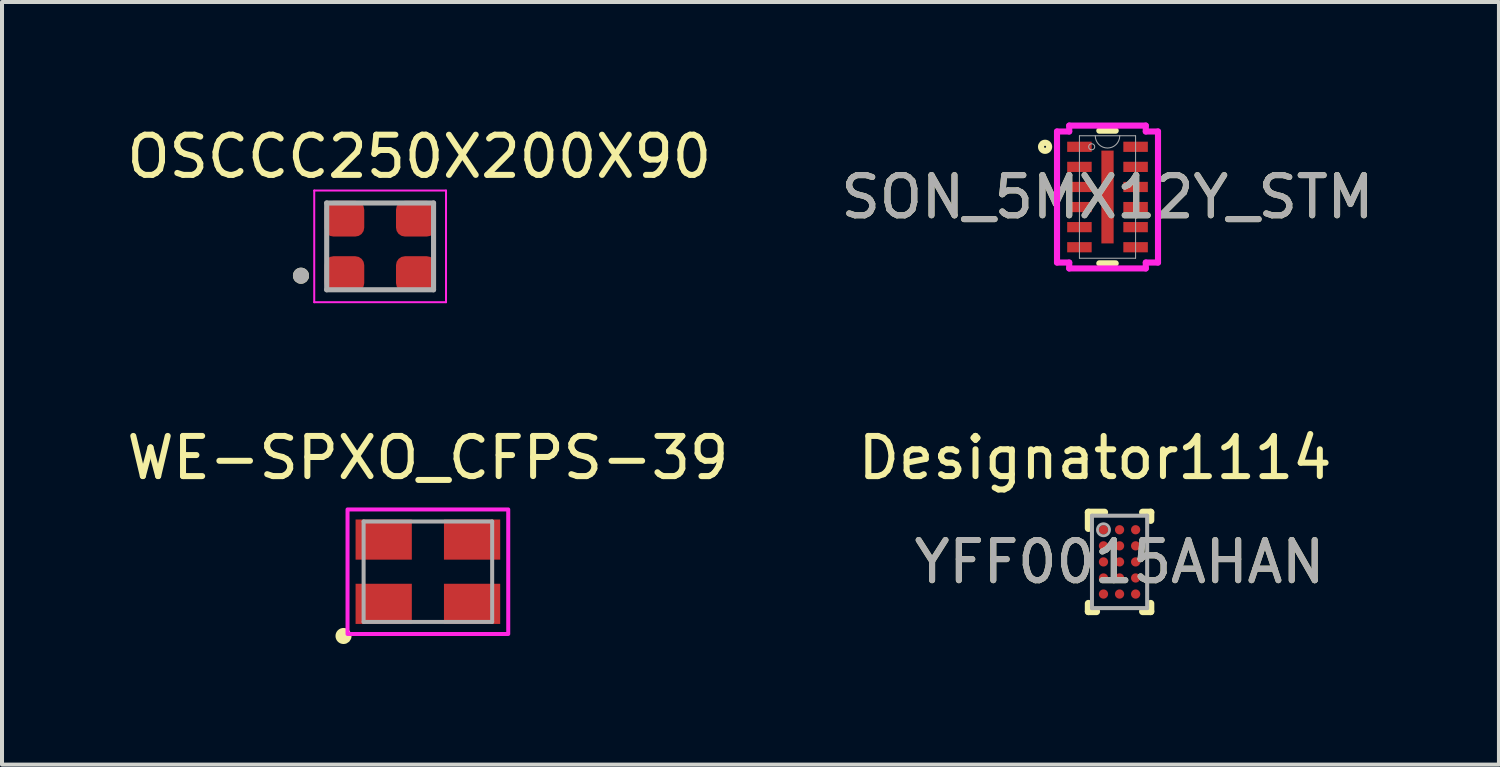
<source format=kicad_pcb>
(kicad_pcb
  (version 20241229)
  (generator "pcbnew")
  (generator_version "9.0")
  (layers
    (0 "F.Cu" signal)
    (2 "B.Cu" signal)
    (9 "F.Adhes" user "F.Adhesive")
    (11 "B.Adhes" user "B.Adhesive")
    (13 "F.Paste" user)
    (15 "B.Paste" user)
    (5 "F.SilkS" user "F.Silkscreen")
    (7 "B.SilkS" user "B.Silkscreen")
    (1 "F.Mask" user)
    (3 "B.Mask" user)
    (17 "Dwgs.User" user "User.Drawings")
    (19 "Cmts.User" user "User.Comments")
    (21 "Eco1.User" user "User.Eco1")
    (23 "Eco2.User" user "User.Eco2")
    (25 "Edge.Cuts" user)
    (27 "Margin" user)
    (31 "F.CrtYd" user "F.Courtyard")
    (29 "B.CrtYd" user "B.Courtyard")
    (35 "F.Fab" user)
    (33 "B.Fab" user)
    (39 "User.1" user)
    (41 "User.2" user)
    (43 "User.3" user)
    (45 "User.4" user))
  (footprint "SON_5MX12Y_STM"
    (layer "F.Cu")
    (at 24.518 1.854)
    (property "Reference" "SON_5MX12Y_STM" (at 0 0 0) (unlocked yes) (layer "F.SilkS") (effects (font (size 1 1) (thickness 0.15))))
    (attr smd)
    (fp_line (start -0.204 1.651) (end 0.204 1.651) (stroke (width 0.152) (type solid)) (layer "F.SilkS"))
    (fp_line (start 0.204 -1.651) (end -0.204 -1.651) (stroke (width 0.152) (type solid)) (layer "F.SilkS"))
    (fp_circle (center -1.554 -1.25) (end -1.453 -1.25) (stroke (width 0.152) (type solid)) (fill no) (layer "F.SilkS"))
    (fp_line (start -1.257 -1.631) (end -0.953 -1.631) (stroke (width 0.152) (type solid)) (layer "F.CrtYd"))
    (fp_line (start -1.257 1.631) (end -1.257 -1.631) (stroke (width 0.152) (type solid)) (layer "F.CrtYd"))
    (fp_line (start -1.257 1.631) (end -0.953 1.631) (stroke (width 0.152) (type solid)) (layer "F.CrtYd"))
    (fp_line (start -0.953 -1.778) (end 0.953 -1.778) (stroke (width 0.152) (type solid)) (layer "F.CrtYd"))
    (fp_line (start -0.953 -1.631) (end -0.953 -1.778) (stroke (width 0.152) (type solid)) (layer "F.CrtYd"))
    (fp_line (start -0.953 1.778) (end -0.953 1.631) (stroke (width 0.152) (type solid)) (layer "F.CrtYd"))
    (fp_line (start 0.953 -1.778) (end 0.953 -1.631) (stroke (width 0.152) (type solid)) (layer "F.CrtYd"))
    (fp_line (start 0.953 1.631) (end 0.953 1.778) (stroke (width 0.152) (type solid)) (layer "F.CrtYd"))
    (fp_line (start 0.953 1.778) (end -0.953 1.778) (stroke (width 0.152) (type solid)) (layer "F.CrtYd"))
    (fp_line (start 1.257 -1.631) (end 0.953 -1.631) (stroke (width 0.152) (type solid)) (layer "F.CrtYd"))
    (fp_line (start 1.257 -1.631) (end 1.257 1.631) (stroke (width 0.152) (type solid)) (layer "F.CrtYd"))
    (fp_line (start 1.257 1.631) (end 0.953 1.631) (stroke (width 0.152) (type solid)) (layer "F.CrtYd"))
    (fp_line (start -0.699 -1.524) (end -0.699 1.524) (stroke (width 0.025) (type solid)) (layer "F.Fab"))
    (fp_line (start -0.699 1.524) (end 0.699 1.524) (stroke (width 0.025) (type solid)) (layer "F.Fab"))
    (fp_line (start 0.699 -1.524) (end -0.699 -1.524) (stroke (width 0.025) (type solid)) (layer "F.Fab"))
    (fp_line (start 0.699 1.524) (end 0.699 -1.524) (stroke (width 0.025) (type solid)) (layer "F.Fab"))
    (fp_arc (start 0.3048 -1.524) (mid 0 -1.2192) (end -0.3048 -1.524) (stroke (width 0.0254) (type solid)) (layer "F.Fab"))
    (fp_circle (center -0.394 -1.25) (end -0.318 -1.25) (stroke (width 0.025) (type solid)) (fill no) (layer "F.Fab"))
    (fp_text user "${REFERENCE}" (at 0 0 0) (unlocked yes) (layer "F.Fab") (effects (font (size 1 1) (thickness 0.15))))
    (pad "1" smd rect (at -0.699 -1.25) (size 0.61 0.254) (layers "F.Cu" "F.Mask" "F.Paste"))
    (pad "2" smd rect (at -0.699 -0.75) (size 0.61 0.254) (layers "F.Cu" "F.Mask" "F.Paste"))
    (pad "3" smd rect (at -0.699 -0.25) (size 0.61 0.254) (layers "F.Cu" "F.Mask" "F.Paste"))
    (pad "4" smd rect (at -0.699 0.25) (size 0.61 0.254) (layers "F.Cu" "F.Mask" "F.Paste"))
    (pad "5" smd rect (at -0.699 0.75) (size 0.61 0.254) (layers "F.Cu" "F.Mask" "F.Paste"))
    (pad "6" smd rect (at -0.699 1.25) (size 0.61 0.254) (layers "F.Cu" "F.Mask" "F.Paste"))
    (pad "7" smd rect (at 0.699 1.25) (size 0.61 0.254) (layers "F.Cu" "F.Mask" "F.Paste"))
    (pad "8" smd rect (at 0.699 0.75) (size 0.61 0.254) (layers "F.Cu" "F.Mask" "F.Paste"))
    (pad "9" smd rect (at 0.699 0.25) (size 0.61 0.254) (layers "F.Cu" "F.Mask" "F.Paste"))
    (pad "10" smd rect (at 0.699 -0.25) (size 0.61 0.254) (layers "F.Cu" "F.Mask" "F.Paste"))
    (pad "11" smd rect (at 0.699 -0.75) (size 0.61 0.254) (layers "F.Cu" "F.Mask" "F.Paste"))
    (pad "12" smd rect (at 0.699 -1.25) (size 0.61 0.254) (layers "F.Cu" "F.Mask" "F.Paste"))
    (pad "13" smd rect (at 0 0) (size 0.305 2.311) (layers "F.Cu" "F.Mask" "F.Paste")))
  (footprint "WE-SPXO_CFPS-39"
    (layer "F.Cu")
    (at 7.601 11.181)
    (property "Reference" "WE-SPXO_CFPS-39" (at 0 -2.835 0) (layer "F.SilkS") (effects (font (size 1 1) (thickness 0.15))))
    (attr smd)
    (fp_circle (center -2.1 1.6) (end -2 1.6) (stroke (width 0.2) (type solid)) (fill no) (layer "F.SilkS"))
    (fp_poly (pts (xy -2 -1.55) (xy 2 -1.55) (xy 2 1.55) (xy -2 1.55)) (stroke (width 0.1) (type solid)) (fill no) (layer "F.CrtYd"))
    (fp_line (start -1.6 -1.25) (end 1.6 -1.25) (stroke (width 0.1) (type solid)) (layer "F.Fab"))
    (fp_line (start -1.6 1.25) (end -1.6 -1.25) (stroke (width 0.1) (type solid)) (layer "F.Fab"))
    (fp_line (start 1.6 -1.25) (end 1.6 1.25) (stroke (width 0.1) (type solid)) (layer "F.Fab"))
    (fp_line (start 1.6 1.25) (end -1.6 1.25) (stroke (width 0.1) (type solid)) (layer "F.Fab"))
    (pad "1" smd rect (at -1.1 0.8) (size 1.4 1) (layers "F.Cu" "F.Mask" "F.Paste"))
    (pad "2" smd rect (at 1.1 0.8) (size 1.4 1) (layers "F.Cu" "F.Mask" "F.Paste"))
    (pad "3" smd rect (at 1.1 -0.8) (size 1.4 1) (layers "F.Cu" "F.Mask" "F.Paste"))
    (pad "4" smd rect (at -1.1 -0.8) (size 1.4 1) (layers "F.Cu" "F.Mask" "F.Paste")))
  (footprint "YFF0015AHAN"
    (layer "F.Cu")
    (at 24.818 10.937)
    (property "Reference" "YFF0015AHAN" (at 0 0 0) (unlocked yes) (layer "F.SilkS") (effects (font (size 1 1) (thickness 0.15))))
    (attr smd)
    (fp_line (start -0.775 -1.235) (end -0.375 -1.235) (stroke (width 0.18) (type solid)) (layer "F.SilkS"))
    (fp_line (start -0.775 -0.835) (end -0.775 -1.235) (stroke (width 0.18) (type solid)) (layer "F.SilkS"))
    (fp_line (start -0.775 1.235) (end -0.775 1.035) (stroke (width 0.18) (type solid)) (layer "F.SilkS"))
    (fp_line (start -0.775 1.235) (end -0.575 1.235) (stroke (width 0.18) (type solid)) (layer "F.SilkS"))
    (fp_line (start 0.575 -1.235) (end 0.775 -1.235) (stroke (width 0.18) (type solid)) (layer "F.SilkS"))
    (fp_line (start 0.575 1.235) (end 0.775 1.235) (stroke (width 0.18) (type solid)) (layer "F.SilkS"))
    (fp_line (start 0.775 -1.035) (end 0.775 -1.235) (stroke (width 0.18) (type solid)) (layer "F.SilkS"))
    (fp_line (start 0.775 1.235) (end 0.775 1.035) (stroke (width 0.18) (type solid)) (layer "F.SilkS"))
    (fp_poly (pts (xy -0.525 -0.725) (xy -0.525 -0.875) (xy -0.475 -0.925) (xy -0.325 -0.925) (xy -0.275 -0.875) (xy -0.275 -0.725) (xy -0.325 -0.675) (xy -0.475 -0.675)) (stroke (width 0) (type solid)) (fill yes) (layer "F.Paste"))
    (fp_poly (pts (xy -0.525 -0.325) (xy -0.525 -0.475) (xy -0.475 -0.525) (xy -0.325 -0.525) (xy -0.275 -0.475) (xy -0.275 -0.325) (xy -0.325 -0.275) (xy -0.475 -0.275)) (stroke (width 0) (type solid)) (fill yes) (layer "F.Paste"))
    (fp_poly (pts (xy -0.525 0.075) (xy -0.525 -0.075) (xy -0.475 -0.125) (xy -0.325 -0.125) (xy -0.275 -0.075) (xy -0.275 0.075) (xy -0.325 0.125) (xy -0.475 0.125)) (stroke (width 0) (type solid)) (fill yes) (layer "F.Paste"))
    (fp_poly (pts (xy -0.525 0.475) (xy -0.525 0.325) (xy -0.475 0.275) (xy -0.325 0.275) (xy -0.275 0.325) (xy -0.275 0.475) (xy -0.325 0.525) (xy -0.475 0.525)) (stroke (width 0) (type solid)) (fill yes) (layer "F.Paste"))
    (fp_poly (pts (xy -0.525 0.875) (xy -0.525 0.725) (xy -0.475 0.675) (xy -0.325 0.675) (xy -0.275 0.725) (xy -0.275 0.875) (xy -0.325 0.925) (xy -0.475 0.925)) (stroke (width 0) (type solid)) (fill yes) (layer "F.Paste"))
    (fp_poly (pts (xy -0.125 -0.725) (xy -0.125 -0.875) (xy -0.075 -0.925) (xy 0.075 -0.925) (xy 0.125 -0.875) (xy 0.125 -0.725) (xy 0.075 -0.675) (xy -0.075 -0.675)) (stroke (width 0) (type solid)) (fill yes) (layer "F.Paste"))
    (fp_poly (pts (xy -0.125 -0.325) (xy -0.125 -0.475) (xy -0.075 -0.525) (xy 0.075 -0.525) (xy 0.125 -0.475) (xy 0.125 -0.325) (xy 0.075 -0.275) (xy -0.075 -0.275)) (stroke (width 0) (type solid)) (fill yes) (layer "F.Paste"))
    (fp_poly (pts (xy -0.125 0.075) (xy -0.125 -0.075) (xy -0.075 -0.125) (xy 0.075 -0.125) (xy 0.125 -0.075) (xy 0.125 0.075) (xy 0.075 0.125) (xy -0.075 0.125)) (stroke (width 0) (type solid)) (fill yes) (layer "F.Paste"))
    (fp_poly (pts (xy -0.125 0.475) (xy -0.125 0.325) (xy -0.075 0.275) (xy 0.075 0.275) (xy 0.125 0.325) (xy 0.125 0.475) (xy 0.075 0.525) (xy -0.075 0.525)) (stroke (width 0) (type solid)) (fill yes) (layer "F.Paste"))
    (fp_poly (pts (xy -0.125 0.875) (xy -0.125 0.725) (xy -0.075 0.675) (xy 0.075 0.675) (xy 0.125 0.725) (xy 0.125 0.875) (xy 0.075 0.925) (xy -0.075 0.925)) (stroke (width 0) (type solid)) (fill yes) (layer "F.Paste"))
    (fp_poly (pts (xy 0.275 -0.725) (xy 0.275 -0.875) (xy 0.325 -0.925) (xy 0.475 -0.925) (xy 0.525 -0.875) (xy 0.525 -0.725) (xy 0.475 -0.675) (xy 0.325 -0.675)) (stroke (width 0) (type solid)) (fill yes) (layer "F.Paste"))
    (fp_poly (pts (xy 0.275 -0.325) (xy 0.275 -0.475) (xy 0.325 -0.525) (xy 0.475 -0.525) (xy 0.525 -0.475) (xy 0.525 -0.325) (xy 0.475 -0.275) (xy 0.325 -0.275)) (stroke (width 0) (type solid)) (fill yes) (layer "F.Paste"))
    (fp_poly (pts (xy 0.275 0.075) (xy 0.275 -0.075) (xy 0.325 -0.125) (xy 0.475 -0.125) (xy 0.525 -0.075) (xy 0.525 0.075) (xy 0.475 0.125) (xy 0.325 0.125)) (stroke (width 0) (type solid)) (fill yes) (layer "F.Paste"))
    (fp_poly (pts (xy 0.275 0.475) (xy 0.275 0.325) (xy 0.325 0.275) (xy 0.475 0.275) (xy 0.525 0.325) (xy 0.525 0.475) (xy 0.475 0.525) (xy 0.325 0.525)) (stroke (width 0) (type solid)) (fill yes) (layer "F.Paste"))
    (fp_poly (pts (xy 0.275 0.875) (xy 0.275 0.725) (xy 0.325 0.675) (xy 0.475 0.675) (xy 0.525 0.725) (xy 0.525 0.875) (xy 0.475 0.925) (xy 0.325 0.925)) (stroke (width 0) (type solid)) (fill yes) (layer "F.Paste"))
    (fp_line (start -0.687 -1.15) (end 0.687 -1.15) (stroke (width 0.1) (type solid)) (layer "F.Fab"))
    (fp_line (start -0.687 1.15) (end -0.687 -1.15) (stroke (width 0.1) (type solid)) (layer "F.Fab"))
    (fp_line (start -0.687 1.15) (end 0.687 1.15) (stroke (width 0.1) (type solid)) (layer "F.Fab"))
    (fp_line (start 0.687 1.15) (end 0.687 -1.15) (stroke (width 0.1) (type solid)) (layer "F.Fab"))
    (fp_circle (center -0.4 -0.8) (end -0.25 -0.8) (stroke (width 0.07) (type solid)) (fill no) (layer "F.Fab"))
    (fp_text user "Designator1114" (at -0.61 -2.591 0) (unlocked yes) (layer "F.SilkS") (effects (font (size 1 1) (thickness 0.15))))
    (fp_text user "${REFERENCE}" (at 0 0 0) (unlocked yes) (layer "F.Fab") (effects (font (size 1 1) (thickness 0.15))))
    (pad "1" smd circle (at -0.4 -0.8) (size 0.23 0.23) (layers "F.Cu" "F.Mask"))
    (pad "2" smd circle (at 0 -0.8) (size 0.23 0.23) (layers "F.Cu" "F.Mask"))
    (pad "3" smd circle (at 0.4 -0.8) (size 0.23 0.23) (layers "F.Cu" "F.Mask"))
    (pad "4" smd circle (at -0.4 -0.4) (size 0.23 0.23) (layers "F.Cu" "F.Mask"))
    (pad "5" smd circle (at 0 -0.4) (size 0.23 0.23) (layers "F.Cu" "F.Mask"))
    (pad "6" smd circle (at 0.4 -0.4) (size 0.23 0.23) (layers "F.Cu" "F.Mask"))
    (pad "7" smd circle (at -0.4 0) (size 0.23 0.23) (layers "F.Cu" "F.Mask"))
    (pad "8" smd circle (at 0 0) (size 0.23 0.23) (layers "F.Cu" "F.Mask"))
    (pad "9" smd circle (at 0.4 0) (size 0.23 0.23) (layers "F.Cu" "F.Mask"))
    (pad "10" smd circle (at -0.4 0.4) (size 0.23 0.23) (layers "F.Cu" "F.Mask"))
    (pad "11" smd circle (at 0 0.4) (size 0.23 0.23) (layers "F.Cu" "F.Mask"))
    (pad "12" smd circle (at 0.4 0.4) (size 0.23 0.23) (layers "F.Cu" "F.Mask"))
    (pad "13" smd circle (at -0.4 0.8) (size 0.23 0.23) (layers "F.Cu" "F.Mask"))
    (pad "14" smd circle (at 0 0.8) (size 0.23 0.23) (layers "F.Cu" "F.Mask"))
    (pad "15" smd circle (at 0.4 0.8) (size 0.23 0.23) (layers "F.Cu" "F.Mask")))
  (footprint "OSCCC250X200X90"
    (layer "F.Cu")
    (at 6.412 3.083)
    (property "Reference" "OSCCC250X200X90" (at 0.975 -2.235 0) (layer "F.SilkS") (effects (font (size 1 1) (thickness 0.15))))
    (attr smd)
    (fp_circle (center -1.97 0.73) (end -1.87 0.73) (stroke (width 0.2) (type solid)) (fill no) (layer "F.SilkS"))
    (fp_line (start -1.64 -1.39) (end 1.64 -1.39) (stroke (width 0.05) (type solid)) (layer "F.CrtYd"))
    (fp_line (start -1.64 1.39) (end -1.64 -1.39) (stroke (width 0.05) (type solid)) (layer "F.CrtYd"))
    (fp_line (start 1.64 -1.39) (end 1.64 1.39) (stroke (width 0.05) (type solid)) (layer "F.CrtYd"))
    (fp_line (start 1.64 1.39) (end -1.64 1.39) (stroke (width 0.05) (type solid)) (layer "F.CrtYd"))
    (fp_line (start -1.33 -1.08) (end -1.33 1.08) (stroke (width 0.127) (type solid)) (layer "F.Fab"))
    (fp_line (start -1.33 1.08) (end 1.33 1.08) (stroke (width 0.127) (type solid)) (layer "F.Fab"))
    (fp_line (start 1.33 -1.08) (end -1.33 -1.08) (stroke (width 0.127) (type solid)) (layer "F.Fab"))
    (fp_line (start 1.33 1.08) (end 1.33 -1.08) (stroke (width 0.127) (type solid)) (layer "F.Fab"))
    (fp_circle (center -1.97 0.73) (end -1.87 0.73) (stroke (width 0.2) (type solid)) (fill no) (layer "F.Fab"))
    (pad "1" smd roundrect (at -0.89 0.69) (size 0.99 0.89) (layers "F.Cu" "F.Mask" "F.Paste") (roundrect_rratio 0.25))
    (pad "2" smd roundrect (at 0.89 0.69) (size 0.99 0.89) (layers "F.Cu" "F.Mask" "F.Paste") (roundrect_rratio 0.25))
    (pad "3" smd roundrect (at 0.89 -0.69) (size 0.99 0.89) (layers "F.Cu" "F.Mask" "F.Paste") (roundrect_rratio 0.25))
    (pad "4" smd roundrect (at -0.89 -0.69) (size 0.99 0.89) (layers "F.Cu" "F.Mask" "F.Paste") (roundrect_rratio 0.25)))
  (gr_rect
    (start -3 -3)
    (end 34.262 15.982)
    (stroke (width 0.1) (type default))
    (fill no)
    (layer "Edge.Cuts")))
</source>
